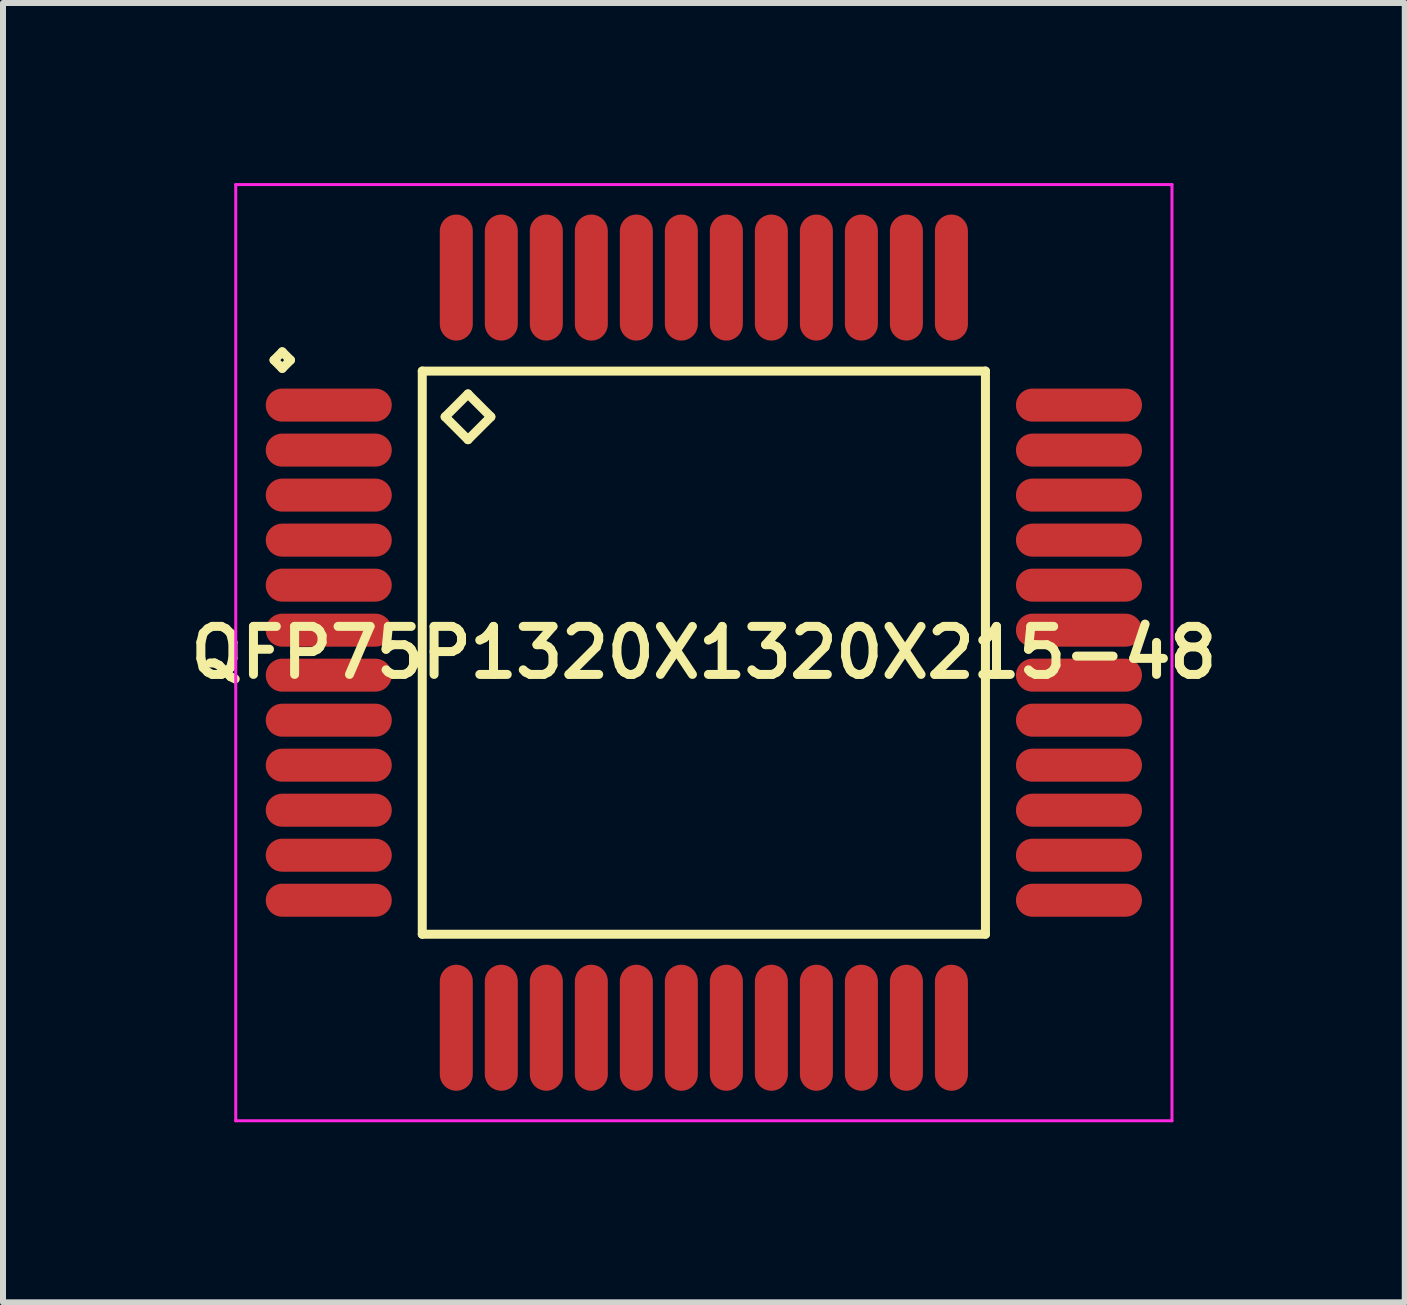
<source format=kicad_pcb>
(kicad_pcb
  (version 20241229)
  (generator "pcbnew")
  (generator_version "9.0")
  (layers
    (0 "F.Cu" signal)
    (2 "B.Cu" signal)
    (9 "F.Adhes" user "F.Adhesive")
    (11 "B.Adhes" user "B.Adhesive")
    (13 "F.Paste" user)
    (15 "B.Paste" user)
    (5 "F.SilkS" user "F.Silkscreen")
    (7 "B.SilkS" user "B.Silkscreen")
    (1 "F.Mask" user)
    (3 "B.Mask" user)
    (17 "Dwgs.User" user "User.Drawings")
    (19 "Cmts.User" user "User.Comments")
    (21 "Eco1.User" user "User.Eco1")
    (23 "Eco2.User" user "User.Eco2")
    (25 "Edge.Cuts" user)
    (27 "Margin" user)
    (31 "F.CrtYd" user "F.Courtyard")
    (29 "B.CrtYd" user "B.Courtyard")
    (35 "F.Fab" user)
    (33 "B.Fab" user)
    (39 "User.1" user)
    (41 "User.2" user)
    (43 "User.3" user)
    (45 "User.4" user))
  (footprint "QFP75P1320X1320X215-48"
    (layer "F.Cu")
    (at 8.678 7.825)
    (property "Reference" "QFP75P1320X1320X215-48" (at 0 0 0) (layer "F.SilkS") (effects (font (size 0.8 0.8) (thickness 0.15))))
    (attr smd)
    (fp_line (start -7.162 -4.875) (end -7.025 -5.013) (stroke (width 0.15) (type solid)) (layer "F.SilkS"))
    (fp_line (start -7.025 -5.013) (end -6.888 -4.875) (stroke (width 0.15) (type solid)) (layer "F.SilkS"))
    (fp_line (start -7.025 -4.737) (end -7.162 -4.875) (stroke (width 0.15) (type solid)) (layer "F.SilkS"))
    (fp_line (start -6.888 -4.875) (end -7.025 -4.737) (stroke (width 0.15) (type solid)) (layer "F.SilkS"))
    (fp_line (start -4.692 -4.692) (end -4.692 4.692) (stroke (width 0.15) (type solid)) (layer "F.SilkS"))
    (fp_line (start -4.692 4.692) (end 4.692 4.692) (stroke (width 0.15) (type solid)) (layer "F.SilkS"))
    (fp_line (start -4.311 -3.93) (end -3.93 -4.311) (stroke (width 0.15) (type solid)) (layer "F.SilkS"))
    (fp_line (start -3.93 -4.311) (end -3.549 -3.93) (stroke (width 0.15) (type solid)) (layer "F.SilkS"))
    (fp_line (start -3.93 -3.549) (end -4.311 -3.93) (stroke (width 0.15) (type solid)) (layer "F.SilkS"))
    (fp_line (start -3.549 -3.93) (end -3.93 -3.549) (stroke (width 0.15) (type solid)) (layer "F.SilkS"))
    (fp_line (start 4.692 -4.692) (end -4.692 -4.692) (stroke (width 0.15) (type solid)) (layer "F.SilkS"))
    (fp_line (start 4.692 4.692) (end 4.692 -4.692) (stroke (width 0.15) (type solid)) (layer "F.SilkS"))
    (fp_line (start -7.8 -7.8) (end 7.8 -7.8) (stroke (width 0.05) (type solid)) (layer "F.CrtYd"))
    (fp_line (start -7.8 7.8) (end -7.8 -7.8) (stroke (width 0.05) (type solid)) (layer "F.CrtYd"))
    (fp_line (start 7.8 -7.8) (end 7.8 7.8) (stroke (width 0.05) (type solid)) (layer "F.CrtYd"))
    (fp_line (start 7.8 7.8) (end -7.8 7.8) (stroke (width 0.05) (type solid)) (layer "F.CrtYd"))
    (pad "1" smd oval (at -6.25 -4.125) (size 2.1 0.55) (layers "F.Cu" "F.Mask" "F.Paste"))
    (pad "2" smd oval (at -6.25 -3.375) (size 2.1 0.55) (layers "F.Cu" "F.Mask" "F.Paste"))
    (pad "3" smd oval (at -6.25 -2.625) (size 2.1 0.55) (layers "F.Cu" "F.Mask" "F.Paste"))
    (pad "4" smd oval (at -6.25 -1.875) (size 2.1 0.55) (layers "F.Cu" "F.Mask" "F.Paste"))
    (pad "5" smd oval (at -6.25 -1.125) (size 2.1 0.55) (layers "F.Cu" "F.Mask" "F.Paste"))
    (pad "6" smd oval (at -6.25 -0.375) (size 2.1 0.55) (layers "F.Cu" "F.Mask" "F.Paste"))
    (pad "7" smd oval (at -6.25 0.375) (size 2.1 0.55) (layers "F.Cu" "F.Mask" "F.Paste"))
    (pad "8" smd oval (at -6.25 1.125) (size 2.1 0.55) (layers "F.Cu" "F.Mask" "F.Paste"))
    (pad "9" smd oval (at -6.25 1.875) (size 2.1 0.55) (layers "F.Cu" "F.Mask" "F.Paste"))
    (pad "10" smd oval (at -6.25 2.625) (size 2.1 0.55) (layers "F.Cu" "F.Mask" "F.Paste"))
    (pad "11" smd oval (at -6.25 3.375) (size 2.1 0.55) (layers "F.Cu" "F.Mask" "F.Paste"))
    (pad "12" smd oval (at -6.25 4.125) (size 2.1 0.55) (layers "F.Cu" "F.Mask" "F.Paste"))
    (pad "13" smd oval (at -4.125 6.25) (size 0.55 2.1) (layers "F.Cu" "F.Mask" "F.Paste"))
    (pad "14" smd oval (at -3.375 6.25) (size 0.55 2.1) (layers "F.Cu" "F.Mask" "F.Paste"))
    (pad "15" smd oval (at -2.625 6.25) (size 0.55 2.1) (layers "F.Cu" "F.Mask" "F.Paste"))
    (pad "16" smd oval (at -1.875 6.25) (size 0.55 2.1) (layers "F.Cu" "F.Mask" "F.Paste"))
    (pad "17" smd oval (at -1.125 6.25) (size 0.55 2.1) (layers "F.Cu" "F.Mask" "F.Paste"))
    (pad "18" smd oval (at -0.375 6.25) (size 0.55 2.1) (layers "F.Cu" "F.Mask" "F.Paste"))
    (pad "19" smd oval (at 0.375 6.25) (size 0.55 2.1) (layers "F.Cu" "F.Mask" "F.Paste"))
    (pad "20" smd oval (at 1.125 6.25) (size 0.55 2.1) (layers "F.Cu" "F.Mask" "F.Paste"))
    (pad "21" smd oval (at 1.875 6.25) (size 0.55 2.1) (layers "F.Cu" "F.Mask" "F.Paste"))
    (pad "22" smd oval (at 2.625 6.25) (size 0.55 2.1) (layers "F.Cu" "F.Mask" "F.Paste"))
    (pad "23" smd oval (at 3.375 6.25) (size 0.55 2.1) (layers "F.Cu" "F.Mask" "F.Paste"))
    (pad "24" smd oval (at 4.125 6.25) (size 0.55 2.1) (layers "F.Cu" "F.Mask" "F.Paste"))
    (pad "25" smd oval (at 6.25 4.125) (size 2.1 0.55) (layers "F.Cu" "F.Mask" "F.Paste"))
    (pad "26" smd oval (at 6.25 3.375) (size 2.1 0.55) (layers "F.Cu" "F.Mask" "F.Paste"))
    (pad "27" smd oval (at 6.25 2.625) (size 2.1 0.55) (layers "F.Cu" "F.Mask" "F.Paste"))
    (pad "28" smd oval (at 6.25 1.875) (size 2.1 0.55) (layers "F.Cu" "F.Mask" "F.Paste"))
    (pad "29" smd oval (at 6.25 1.125) (size 2.1 0.55) (layers "F.Cu" "F.Mask" "F.Paste"))
    (pad "30" smd oval (at 6.25 0.375) (size 2.1 0.55) (layers "F.Cu" "F.Mask" "F.Paste"))
    (pad "31" smd oval (at 6.25 -0.375) (size 2.1 0.55) (layers "F.Cu" "F.Mask" "F.Paste"))
    (pad "32" smd oval (at 6.25 -1.125) (size 2.1 0.55) (layers "F.Cu" "F.Mask" "F.Paste"))
    (pad "33" smd oval (at 6.25 -1.875) (size 2.1 0.55) (layers "F.Cu" "F.Mask" "F.Paste"))
    (pad "34" smd oval (at 6.25 -2.625) (size 2.1 0.55) (layers "F.Cu" "F.Mask" "F.Paste"))
    (pad "35" smd oval (at 6.25 -3.375) (size 2.1 0.55) (layers "F.Cu" "F.Mask" "F.Paste"))
    (pad "36" smd oval (at 6.25 -4.125) (size 2.1 0.55) (layers "F.Cu" "F.Mask" "F.Paste"))
    (pad "37" smd oval (at 4.125 -6.25) (size 0.55 2.1) (layers "F.Cu" "F.Mask" "F.Paste"))
    (pad "38" smd oval (at 3.375 -6.25) (size 0.55 2.1) (layers "F.Cu" "F.Mask" "F.Paste"))
    (pad "39" smd oval (at 2.625 -6.25) (size 0.55 2.1) (layers "F.Cu" "F.Mask" "F.Paste"))
    (pad "40" smd oval (at 1.875 -6.25) (size 0.55 2.1) (layers "F.Cu" "F.Mask" "F.Paste"))
    (pad "41" smd oval (at 1.125 -6.25) (size 0.55 2.1) (layers "F.Cu" "F.Mask" "F.Paste"))
    (pad "42" smd oval (at 0.375 -6.25) (size 0.55 2.1) (layers "F.Cu" "F.Mask" "F.Paste"))
    (pad "43" smd oval (at -0.375 -6.25) (size 0.55 2.1) (layers "F.Cu" "F.Mask" "F.Paste"))
    (pad "44" smd oval (at -1.125 -6.25) (size 0.55 2.1) (layers "F.Cu" "F.Mask" "F.Paste"))
    (pad "45" smd oval (at -1.875 -6.25) (size 0.55 2.1) (layers "F.Cu" "F.Mask" "F.Paste"))
    (pad "46" smd oval (at -2.625 -6.25) (size 0.55 2.1) (layers "F.Cu" "F.Mask" "F.Paste"))
    (pad "47" smd oval (at -3.375 -6.25) (size 0.55 2.1) (layers "F.Cu" "F.Mask" "F.Paste"))
    (pad "48" smd oval (at -4.125 -6.25) (size 0.55 2.1) (layers "F.Cu" "F.Mask" "F.Paste")))
  (gr_rect
    (start -3 -3)
    (end 20.357 18.65)
    (stroke (width 0.1) (type default))
    (fill no)
    (layer "Edge.Cuts")))
</source>
